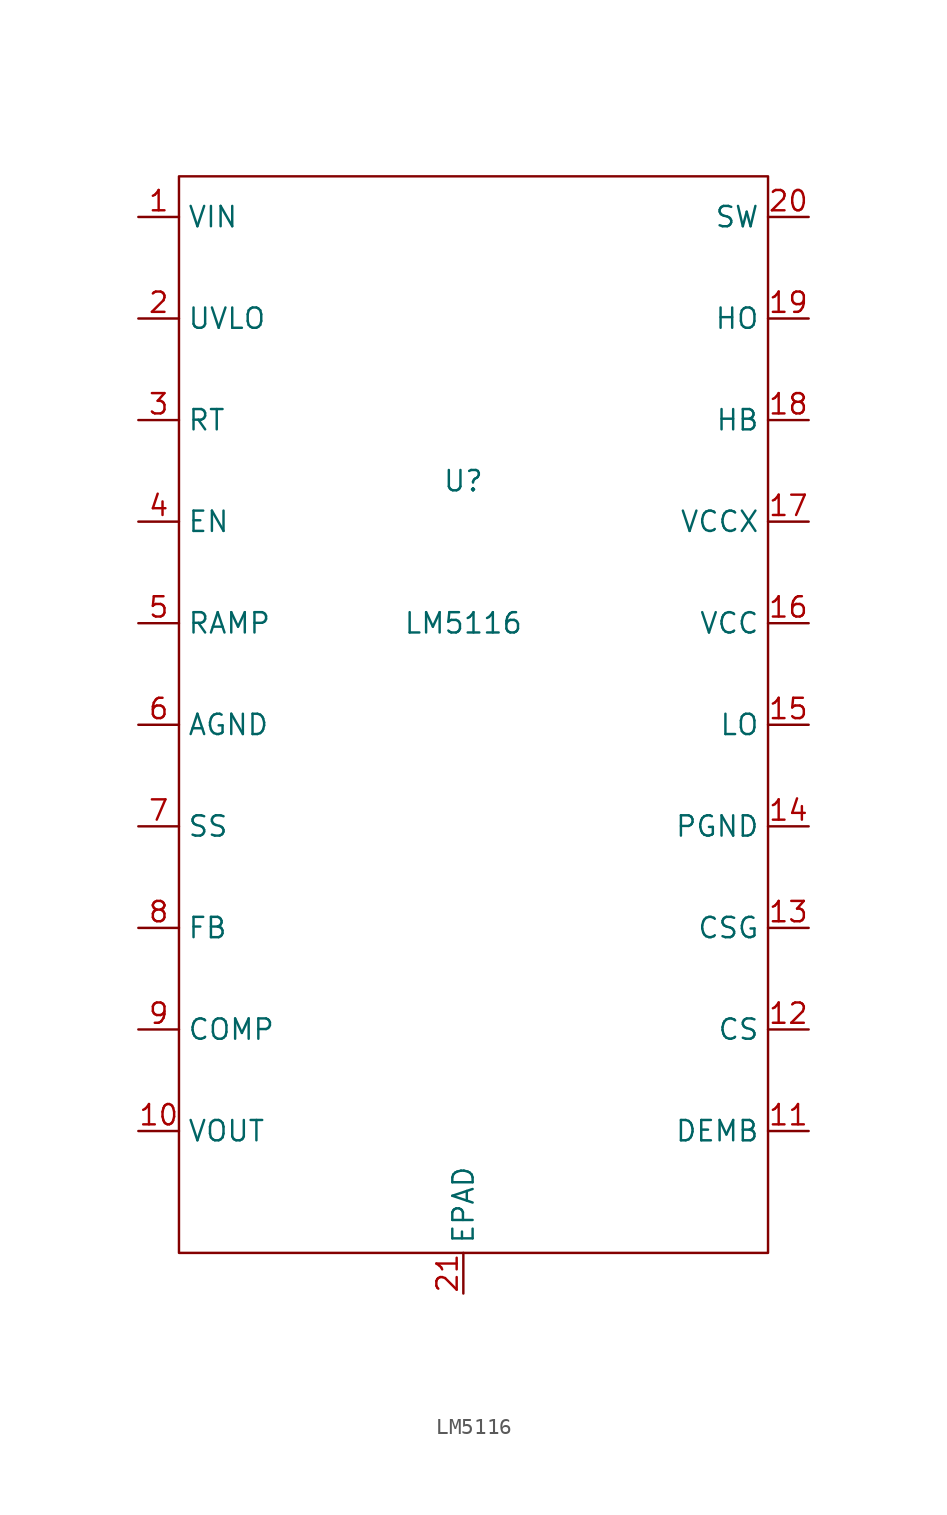
<source format=kicad_sym>
(kicad_symbol_lib
  (version 20211014)
  (generator kicad_symbol_editor)
  (symbol "LM5116"
    (property "Reference" "U"
      (at 0 2.54 0)
      (effects (font (size 1.27 1.27))))
    (property "Value" "LM5116"
      (at 0 -6.35 0)
      (effects (font (size 1.27 1.27))))
    (symbol "LM5116_0_1"
      (rectangle (start -17.78 21.59) (end 19.05 -45.72) (stroke (width 0) (type default) (color 0 0 0 0)) (fill (type none))))
    (symbol "LM5116_1_1"
      (pin input line (at -20.32 19.05 0) (length 2.54) (name "VIN" (effects (font (size 1.27 1.27)))) (number "1" (effects (font (size 1.27 1.27)))))
      (pin input line (at -20.32 -38.1 0) (length 2.54) (name "VOUT" (effects (font (size 1.27 1.27)))) (number "10" (effects (font (size 1.27 1.27)))))
      (pin input line (at 21.59 -38.1 180) (length 2.54) (name "DEMB" (effects (font (size 1.27 1.27)))) (number "11" (effects (font (size 1.27 1.27)))))
      (pin input line (at 21.59 -31.75 180) (length 2.54) (name "CS" (effects (font (size 1.27 1.27)))) (number "12" (effects (font (size 1.27 1.27)))))
      (pin input line (at 21.59 -25.4 180) (length 2.54) (name "CSG" (effects (font (size 1.27 1.27)))) (number "13" (effects (font (size 1.27 1.27)))))
      (pin power_in line (at 21.59 -19.05 180) (length 2.54) (name "PGND" (effects (font (size 1.27 1.27)))) (number "14" (effects (font (size 1.27 1.27)))))
      (pin output line (at 21.59 -12.7 180) (length 2.54) (name "LO" (effects (font (size 1.27 1.27)))) (number "15" (effects (font (size 1.27 1.27)))))
      (pin power_out line (at 21.59 -6.35 180) (length 2.54) (name "VCC" (effects (font (size 1.27 1.27)))) (number "16" (effects (font (size 1.27 1.27)))))
      (pin power_in line (at 21.59 0 180) (length 2.54) (name "VCCX" (effects (font (size 1.27 1.27)))) (number "17" (effects (font (size 1.27 1.27)))))
      (pin power_in line (at 21.59 6.35 180) (length 2.54) (name "HB" (effects (font (size 1.27 1.27)))) (number "18" (effects (font (size 1.27 1.27)))))
      (pin output line (at 21.59 12.7 180) (length 2.54) (name "HO" (effects (font (size 1.27 1.27)))) (number "19" (effects (font (size 1.27 1.27)))))
      (pin input line (at -20.32 12.7 0) (length 2.54) (name "UVLO" (effects (font (size 1.27 1.27)))) (number "2" (effects (font (size 1.27 1.27)))))
      (pin input line (at 21.59 19.05 180) (length 2.54) (name "SW" (effects (font (size 1.27 1.27)))) (number "20" (effects (font (size 1.27 1.27)))))
      (pin passive line (at 0 -48.26 90) (length 2.54) (name "EPAD" (effects (font (size 1.27 1.27)))) (number "21" (effects (font (size 1.27 1.27)))))
      (pin input line (at -20.32 6.35 0) (length 2.54) (name "RT" (effects (font (size 1.27 1.27)))) (number "3" (effects (font (size 1.27 1.27)))))
      (pin input line (at -20.32 0 0) (length 2.54) (name "EN" (effects (font (size 1.27 1.27)))) (number "4" (effects (font (size 1.27 1.27)))))
      (pin output line (at -20.32 -6.35 0) (length 2.54) (name "RAMP" (effects (font (size 1.27 1.27)))) (number "5" (effects (font (size 1.27 1.27)))))
      (pin input line (at -20.32 -12.7 0) (length 2.54) (name "AGND" (effects (font (size 1.27 1.27)))) (number "6" (effects (font (size 1.27 1.27)))))
      (pin output line (at -20.32 -19.05 0) (length 2.54) (name "SS" (effects (font (size 1.27 1.27)))) (number "7" (effects (font (size 1.27 1.27)))))
      (pin input line (at -20.32 -25.4 0) (length 2.54) (name "FB" (effects (font (size 1.27 1.27)))) (number "8" (effects (font (size 1.27 1.27)))))
      (pin bidirectional line (at -20.32 -31.75 0) (length 2.54) (name "COMP" (effects (font (size 1.27 1.27)))) (number "9" (effects (font (size 1.27 1.27))))))))
</source>
